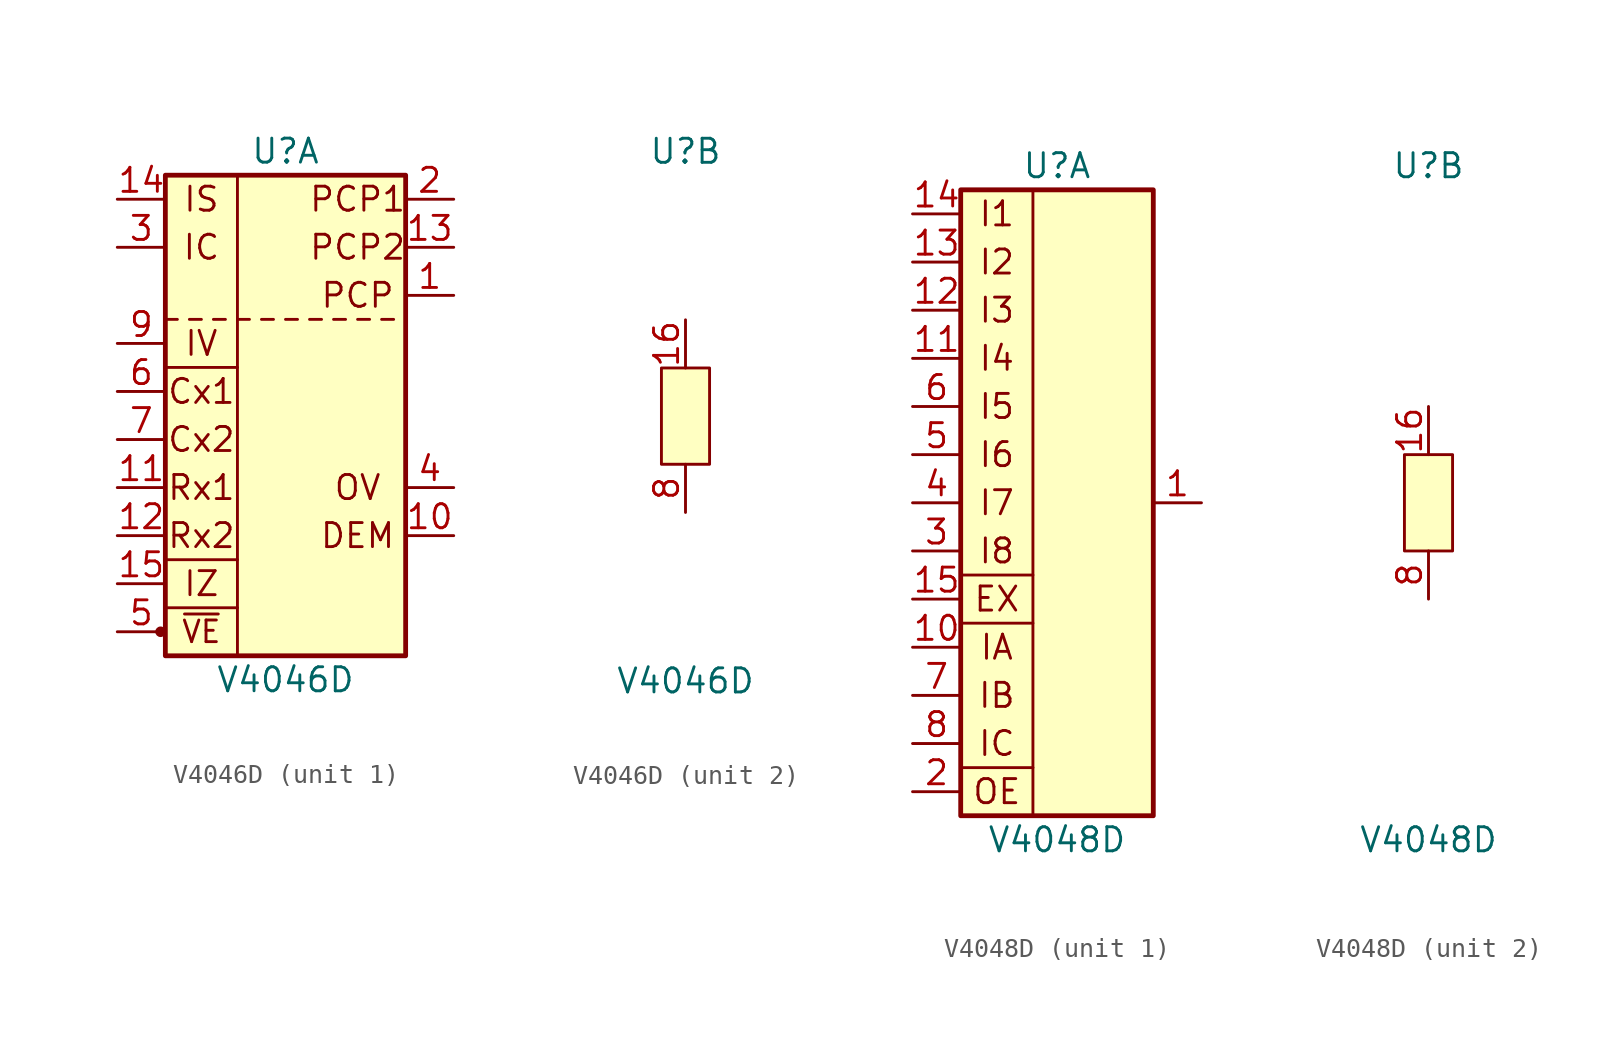
<source format=kicad_sym>
(kicad_symbol_lib
  (version 20211014)
  (generator kicad_symbol_editor)
  (symbol "V4046D"
    (pin_names
      (offset 1.016) hide)
    (property "Reference" "U"
      (at 0 13.97 0)
      (effects (font (size 1.27 1.27))))
    (property "Value" "V4046D"
      (at 0 -13.97 0)
      (effects (font (size 1.27 1.27))))
    (property "ki_locked" ""
      (at 0 0 0)
      (effects (font (size 1.27 1.27))))
    (symbol "V4046D_1_1"
      (circle (center -6.604 -11.43) (radius 0.203) (stroke (width 0) (type default) (color 0 0 0 0)) (fill (type outline)))
      (rectangle (start -6.35 12.7) (end 6.35 -12.7) (stroke (width 0.254) (type default) (color 0 0 0 0)) (fill (type background)))
      (polyline (pts (xy -6.35 -10.16) (xy -2.54 -10.16)) (stroke (width 0.152) (type default) (color 0 0 0 0)) (fill (type none)))
      (polyline (pts (xy -6.35 -7.62) (xy -2.54 -7.62)) (stroke (width 0.152) (type default) (color 0 0 0 0)) (fill (type none)))
      (polyline (pts (xy -6.35 2.54) (xy -2.54 2.54)) (stroke (width 0.152) (type default) (color 0 0 0 0)) (fill (type none)))
      (polyline (pts (xy -6.35 5.08) (xy -5.715 5.08)) (stroke (width 0.152) (type default) (color 0 0 0 0)) (fill (type none)))
      (polyline (pts (xy -5.08 5.08) (xy -4.445 5.08)) (stroke (width 0.152) (type default) (color 0 0 0 0)) (fill (type none)))
      (polyline (pts (xy -3.81 5.08) (xy -3.175 5.08)) (stroke (width 0.152) (type default) (color 0 0 0 0)) (fill (type none)))
      (polyline (pts (xy -2.54 5.08) (xy -1.905 5.08)) (stroke (width 0.152) (type default) (color 0 0 0 0)) (fill (type none)))
      (polyline (pts (xy -2.54 12.7) (xy -2.54 -12.7)) (stroke (width 0.152) (type default) (color 0 0 0 0)) (fill (type none)))
      (polyline (pts (xy -1.27 5.08) (xy -0.635 5.08)) (stroke (width 0.152) (type default) (color 0 0 0 0)) (fill (type none)))
      (polyline (pts (xy 0 5.08) (xy 0.635 5.08)) (stroke (width 0.152) (type default) (color 0 0 0 0)) (fill (type none)))
      (polyline (pts (xy 1.27 5.08) (xy 1.905 5.08)) (stroke (width 0.152) (type default) (color 0 0 0 0)) (fill (type none)))
      (polyline (pts (xy 2.54 5.08) (xy 3.175 5.08)) (stroke (width 0.152) (type default) (color 0 0 0 0)) (fill (type none)))
      (polyline (pts (xy 3.81 5.08) (xy 4.445 5.08)) (stroke (width 0.152) (type default) (color 0 0 0 0)) (fill (type none)))
      (polyline (pts (xy 5.08 5.08) (xy 5.715 5.08)) (stroke (width 0.152) (type default) (color 0 0 0 0)) (fill (type none)))
      (text "Cx1" (at -4.445 1.27 0) (effects (font (size 1.27 1.27))))
      (text "Cx2" (at -4.445 -1.27 0) (effects (font (size 1.27 1.27))))
      (text "DEM" (at 3.81 -6.35 0) (effects (font (size 1.27 1.27))))
      (text "IC" (at -4.445 8.89 0) (effects (font (size 1.27 1.27))))
      (text "IS" (at -4.445 11.43 0) (effects (font (size 1.27 1.27))))
      (text "IV" (at -4.445 3.81 0) (effects (font (size 1.27 1.27))))
      (text "IZ" (at -4.445 -8.89 0) (effects (font (size 1.27 1.27))))
      (text "OV" (at 3.81 -3.81 0) (effects (font (size 1.27 1.27))))
      (text "PCP" (at 3.81 6.35 0) (effects (font (size 1.27 1.27))))
      (text "PCP1" (at 3.81 11.43 0) (effects (font (size 1.27 1.27))))
      (text "PCP2" (at 3.81 8.89 0) (effects (font (size 1.27 1.27))))
      (text "Rx1" (at -4.445 -3.81 0) (effects (font (size 1.27 1.27))))
      (text "Rx2" (at -4.445 -6.35 0) (effects (font (size 1.27 1.27))))
      (text "~{VE}" (at -4.445 -11.43 0) (effects (font (size 1.143 1.143))))
      (pin output line (at 8.89 6.35 180) (length 2.54) (name "PCP" (effects (font (size 1.27 1.27)))) (number "1" (effects (font (size 1.27 1.27)))))
      (pin output line (at 8.89 -6.35 180) (length 2.54) (name "DEM" (effects (font (size 1.27 1.27)))) (number "10" (effects (font (size 1.27 1.27)))))
      (pin passive line (at -8.89 -3.81 0) (length 2.54) (name "Rx1" (effects (font (size 1.27 1.27)))) (number "11" (effects (font (size 1.27 1.27)))))
      (pin passive line (at -8.89 -6.35 0) (length 2.54) (name "Rx2" (effects (font (size 1.27 1.27)))) (number "12" (effects (font (size 1.27 1.27)))))
      (pin output line (at 8.89 8.89 180) (length 2.54) (name "PCP2" (effects (font (size 1.27 1.27)))) (number "13" (effects (font (size 1.27 1.27)))))
      (pin input line (at -8.89 11.43 0) (length 2.54) (name "IS" (effects (font (size 1.27 1.27)))) (number "14" (effects (font (size 1.27 1.27)))))
      (pin passive line (at -8.89 -8.89 0) (length 2.54) (name "IZ" (effects (font (size 1.27 1.27)))) (number "15" (effects (font (size 1.27 1.27)))))
      (pin output line (at 8.89 11.43 180) (length 2.54) (name "PCP1" (effects (font (size 1.27 1.27)))) (number "2" (effects (font (size 1.27 1.27)))))
      (pin input line (at -8.89 8.89 0) (length 2.54) (name "IC" (effects (font (size 1.27 1.27)))) (number "3" (effects (font (size 1.27 1.27)))))
      (pin output line (at 8.89 -3.81 180) (length 2.54) (name "OV" (effects (font (size 1.27 1.27)))) (number "4" (effects (font (size 1.27 1.27)))))
      (pin input line (at -8.89 -11.43 0) (length 2.54) (name "~{VE}" (effects (font (size 1.27 1.27)))) (number "5" (effects (font (size 1.27 1.27)))))
      (pin passive line (at -8.89 1.27 0) (length 2.54) (name "Cx1" (effects (font (size 1.27 1.27)))) (number "6" (effects (font (size 1.27 1.27)))))
      (pin passive line (at -8.89 -1.27 0) (length 2.54) (name "Cx2" (effects (font (size 1.27 1.27)))) (number "7" (effects (font (size 1.27 1.27)))))
      (pin input line (at -8.89 3.81 0) (length 2.54) (name "IV" (effects (font (size 1.27 1.27)))) (number "9" (effects (font (size 1.27 1.27))))))
    (symbol "V4046D_2_1"
      (rectangle (start -1.27 2.54) (end 1.27 -2.54) (stroke (width 0) (type default) (color 0 0 0 0)) (fill (type background)))
      (pin power_in line (at 0 5.08 270) (length 2.54) (name "Vcc" (effects (font (size 1.27 1.27)))) (number "16" (effects (font (size 1.27 1.27)))))
      (pin power_in line (at 0 -5.08 90) (length 2.54) (name "GND" (effects (font (size 1.27 1.27)))) (number "8" (effects (font (size 1.27 1.27)))))))
  (symbol "V4048D"
    (pin_names
      (offset 1.016) hide)
    (property "Reference" "U"
      (at 0 17.78 0)
      (effects (font (size 1.27 1.27))))
    (property "Value" "V4048D"
      (at 0 -17.78 0)
      (effects (font (size 1.27 1.27))))
    (property "ki_locked" ""
      (at 0 0 0)
      (effects (font (size 1.27 1.27))))
    (symbol "V4048D_1_1"
      (rectangle (start -5.08 16.51) (end 5.08 -16.51) (stroke (width 0.254) (type default) (color 0 0 0 0)) (fill (type background)))
      (polyline (pts (xy -5.08 -13.97) (xy -1.27 -13.97)) (stroke (width 0.152) (type default) (color 0 0 0 0)) (fill (type none)))
      (polyline (pts (xy -5.08 -6.35) (xy -1.27 -6.35)) (stroke (width 0.152) (type default) (color 0 0 0 0)) (fill (type none)))
      (polyline (pts (xy -5.08 -3.81) (xy -1.27 -3.81)) (stroke (width 0.152) (type default) (color 0 0 0 0)) (fill (type none)))
      (polyline (pts (xy -1.27 16.51) (xy -1.27 -16.51)) (stroke (width 0.152) (type default) (color 0 0 0 0)) (fill (type none)))
      (text "EX" (at -3.175 -5.08 0) (effects (font (size 1.27 1.27))))
      (text "I1" (at -3.175 15.24 0) (effects (font (size 1.27 1.27))))
      (text "I2" (at -3.175 12.7 0) (effects (font (size 1.27 1.27))))
      (text "I3" (at -3.175 10.16 0) (effects (font (size 1.27 1.27))))
      (text "I4" (at -3.175 7.62 0) (effects (font (size 1.27 1.27))))
      (text "I5" (at -3.175 5.08 0) (effects (font (size 1.27 1.27))))
      (text "I6" (at -3.175 2.54 0) (effects (font (size 1.27 1.27))))
      (text "I7" (at -3.175 0 0) (effects (font (size 1.27 1.27))))
      (text "I8" (at -3.175 -2.54 0) (effects (font (size 1.27 1.27))))
      (text "IA" (at -3.175 -7.62 0) (effects (font (size 1.27 1.27))))
      (text "IB" (at -3.175 -10.16 0) (effects (font (size 1.27 1.27))))
      (text "IC" (at -3.175 -12.7 0) (effects (font (size 1.27 1.27))))
      (text "OE" (at -3.175 -15.24 0) (effects (font (size 1.27 1.27))))
      (pin output line (at 7.62 0 180) (length 2.54) (name "O" (effects (font (size 1.27 1.27)))) (number "1" (effects (font (size 1.27 1.27)))))
      (pin input line (at -7.62 -7.62 0) (length 2.54) (name "IA" (effects (font (size 1.27 1.27)))) (number "10" (effects (font (size 1.27 1.27)))))
      (pin input line (at -7.62 7.62 0) (length 2.54) (name "I4" (effects (font (size 1.27 1.27)))) (number "11" (effects (font (size 1.27 1.27)))))
      (pin input line (at -7.62 10.16 0) (length 2.54) (name "I3" (effects (font (size 1.27 1.27)))) (number "12" (effects (font (size 1.27 1.27)))))
      (pin input line (at -7.62 12.7 0) (length 2.54) (name "I2" (effects (font (size 1.27 1.27)))) (number "13" (effects (font (size 1.27 1.27)))))
      (pin input line (at -7.62 15.24 0) (length 2.54) (name "I1" (effects (font (size 1.27 1.27)))) (number "14" (effects (font (size 1.27 1.27)))))
      (pin input line (at -7.62 -5.08 0) (length 2.54) (name "EX" (effects (font (size 1.27 1.27)))) (number "15" (effects (font (size 1.27 1.27)))))
      (pin input line (at -7.62 -15.24 0) (length 2.54) (name "OE" (effects (font (size 1.27 1.27)))) (number "2" (effects (font (size 1.27 1.27)))))
      (pin input line (at -7.62 -2.54 0) (length 2.54) (name "I8" (effects (font (size 1.27 1.27)))) (number "3" (effects (font (size 1.27 1.27)))))
      (pin input line (at -7.62 0 0) (length 2.54) (name "I7" (effects (font (size 1.27 1.27)))) (number "4" (effects (font (size 1.27 1.27)))))
      (pin input line (at -7.62 2.54 0) (length 2.54) (name "I6" (effects (font (size 1.27 1.27)))) (number "5" (effects (font (size 1.27 1.27)))))
      (pin input line (at -7.62 5.08 0) (length 2.54) (name "I5" (effects (font (size 1.27 1.27)))) (number "6" (effects (font (size 1.27 1.27)))))
      (pin input line (at -7.62 -10.16 0) (length 2.54) (name "IB" (effects (font (size 1.27 1.27)))) (number "7" (effects (font (size 1.27 1.27)))))
      (pin input line (at -7.62 -12.7 0) (length 2.54) (name "IC" (effects (font (size 1.27 1.27)))) (number "8" (effects (font (size 1.27 1.27))))))
    (symbol "V4048D_2_1"
      (rectangle (start -1.27 2.54) (end 1.27 -2.54) (stroke (width 0) (type default) (color 0 0 0 0)) (fill (type background)))
      (pin power_in line (at 0 5.08 270) (length 2.54) (name "Vcc" (effects (font (size 1.27 1.27)))) (number "16" (effects (font (size 1.27 1.27)))))
      (pin power_in line (at 0 -5.08 90) (length 2.54) (name "GND" (effects (font (size 1.27 1.27)))) (number "8" (effects (font (size 1.27 1.27))))))))
</source>
